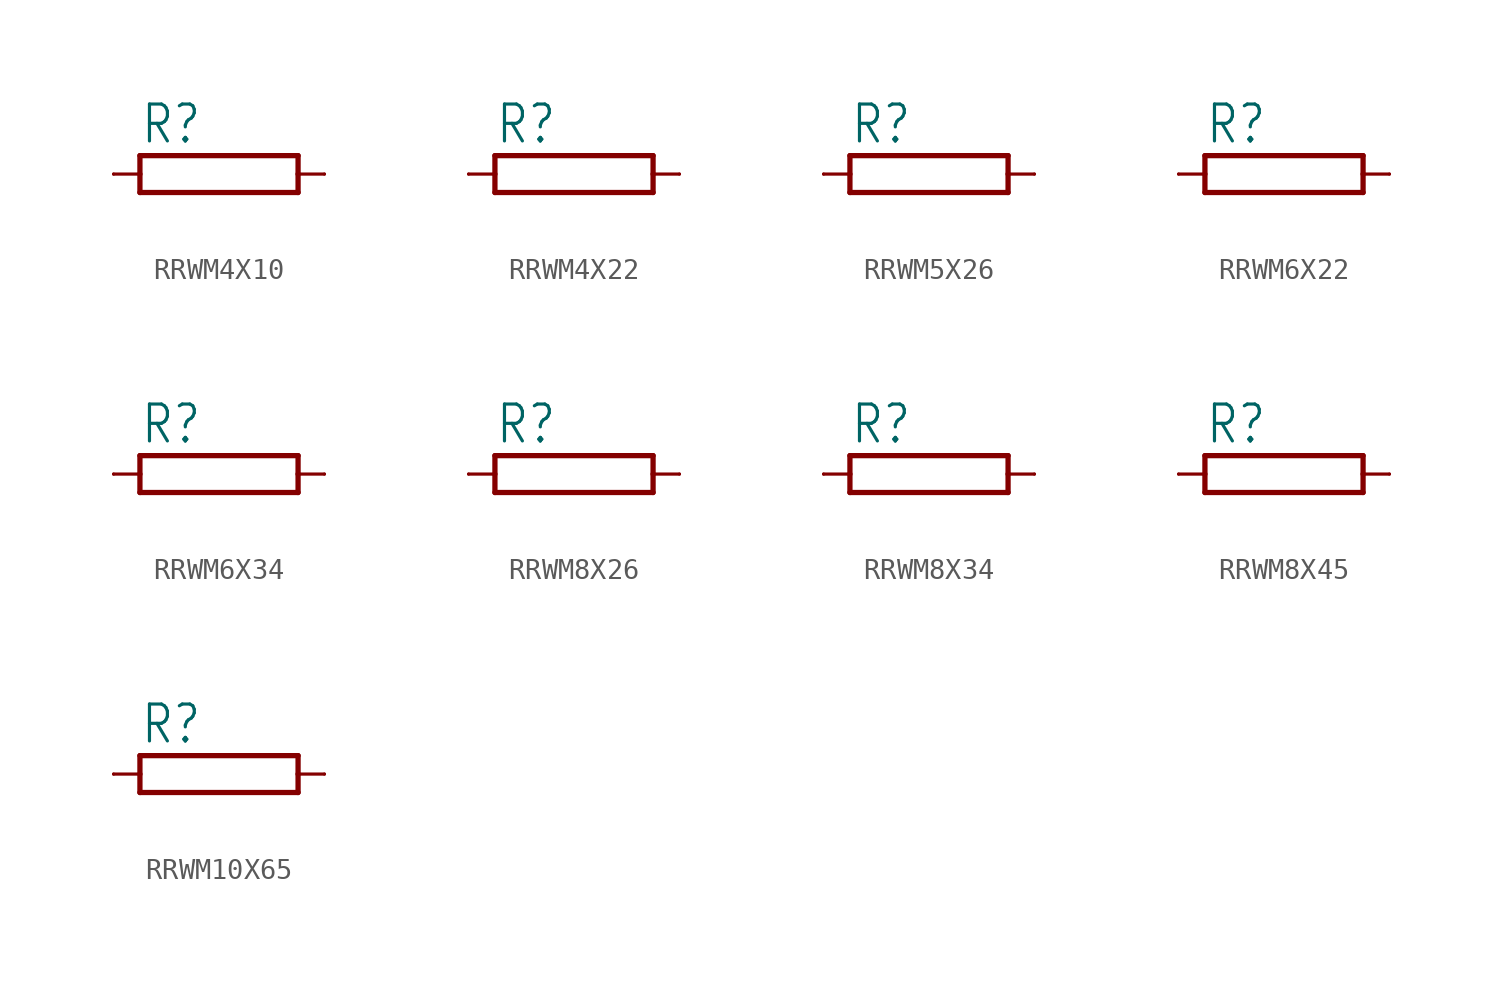
<source format=kicad_sym>
(kicad_symbol_lib
  (version 20220914)
  (generator kicad_symbol_editor)
  (symbol "RRWM4X10"
    (property "Reference" "R"
      (at -3.81 1.372 0)
      (effects (font (size 1.778 1.511)) (justify left bottom)))
    (property "Value" ""
      (at -3.81 -2.921 0)
      (effects (font (size 1.778 1.511)) (justify left bottom)))
    (property "ki_locked" ""
      (at 0 0 0)
      (effects (font (size 1.27 1.27))))
    (symbol "RRWM4X10_1_0"
      (polyline (pts (xy -5.08 0) (xy -3.81 0)) (stroke (width 0.152) (type solid)) (fill (type none)))
      (polyline (pts (xy -3.81 -0.889) (xy -3.81 0)) (stroke (width 0.254) (type solid)) (fill (type none)))
      (polyline (pts (xy -3.81 -0.889) (xy 3.81 -0.889)) (stroke (width 0.254) (type solid)) (fill (type none)))
      (polyline (pts (xy -3.81 0) (xy -3.81 0.889)) (stroke (width 0.254) (type solid)) (fill (type none)))
      (polyline (pts (xy 3.81 -0.889) (xy 3.81 0)) (stroke (width 0.254) (type solid)) (fill (type none)))
      (polyline (pts (xy 3.81 0) (xy 3.81 0.889)) (stroke (width 0.254) (type solid)) (fill (type none)))
      (polyline (pts (xy 3.81 0) (xy 5.08 0)) (stroke (width 0.152) (type solid)) (fill (type none)))
      (polyline (pts (xy 3.81 0.889) (xy -3.81 0.889)) (stroke (width 0.254) (type solid)) (fill (type none)))
      (pin passive line (at -5.08 0 0) (length 0) (name "1" (effects (font (size 0 0)))) (number "1" (effects (font (size 0 0)))))
      (pin passive line (at 5.08 0 180) (length 0) (name "2" (effects (font (size 0 0)))) (number "2" (effects (font (size 0 0)))))))
  (symbol "RRWM4X22"
    (property "Reference" "R"
      (at -3.81 1.372 0)
      (effects (font (size 1.778 1.511)) (justify left bottom)))
    (property "Value" ""
      (at -3.81 -2.921 0)
      (effects (font (size 1.778 1.511)) (justify left bottom)))
    (property "ki_locked" ""
      (at 0 0 0)
      (effects (font (size 1.27 1.27))))
    (symbol "RRWM4X22_1_0"
      (polyline (pts (xy -5.08 0) (xy -3.81 0)) (stroke (width 0.152) (type solid)) (fill (type none)))
      (polyline (pts (xy -3.81 -0.889) (xy -3.81 0)) (stroke (width 0.254) (type solid)) (fill (type none)))
      (polyline (pts (xy -3.81 -0.889) (xy 3.81 -0.889)) (stroke (width 0.254) (type solid)) (fill (type none)))
      (polyline (pts (xy -3.81 0) (xy -3.81 0.889)) (stroke (width 0.254) (type solid)) (fill (type none)))
      (polyline (pts (xy 3.81 -0.889) (xy 3.81 0)) (stroke (width 0.254) (type solid)) (fill (type none)))
      (polyline (pts (xy 3.81 0) (xy 3.81 0.889)) (stroke (width 0.254) (type solid)) (fill (type none)))
      (polyline (pts (xy 3.81 0) (xy 5.08 0)) (stroke (width 0.152) (type solid)) (fill (type none)))
      (polyline (pts (xy 3.81 0.889) (xy -3.81 0.889)) (stroke (width 0.254) (type solid)) (fill (type none)))
      (pin passive line (at -5.08 0 0) (length 0) (name "1" (effects (font (size 0 0)))) (number "1" (effects (font (size 0 0)))))
      (pin passive line (at 5.08 0 180) (length 0) (name "2" (effects (font (size 0 0)))) (number "2" (effects (font (size 0 0)))))))
  (symbol "RRWM5X26"
    (property "Reference" "R"
      (at -3.81 1.372 0)
      (effects (font (size 1.778 1.511)) (justify left bottom)))
    (property "Value" ""
      (at -3.81 -2.921 0)
      (effects (font (size 1.778 1.511)) (justify left bottom)))
    (property "ki_locked" ""
      (at 0 0 0)
      (effects (font (size 1.27 1.27))))
    (symbol "RRWM5X26_1_0"
      (polyline (pts (xy -5.08 0) (xy -3.81 0)) (stroke (width 0.152) (type solid)) (fill (type none)))
      (polyline (pts (xy -3.81 -0.889) (xy -3.81 0)) (stroke (width 0.254) (type solid)) (fill (type none)))
      (polyline (pts (xy -3.81 -0.889) (xy 3.81 -0.889)) (stroke (width 0.254) (type solid)) (fill (type none)))
      (polyline (pts (xy -3.81 0) (xy -3.81 0.889)) (stroke (width 0.254) (type solid)) (fill (type none)))
      (polyline (pts (xy 3.81 -0.889) (xy 3.81 0)) (stroke (width 0.254) (type solid)) (fill (type none)))
      (polyline (pts (xy 3.81 0) (xy 3.81 0.889)) (stroke (width 0.254) (type solid)) (fill (type none)))
      (polyline (pts (xy 3.81 0) (xy 5.08 0)) (stroke (width 0.152) (type solid)) (fill (type none)))
      (polyline (pts (xy 3.81 0.889) (xy -3.81 0.889)) (stroke (width 0.254) (type solid)) (fill (type none)))
      (pin passive line (at -5.08 0 0) (length 0) (name "1" (effects (font (size 0 0)))) (number "1" (effects (font (size 0 0)))))
      (pin passive line (at 5.08 0 180) (length 0) (name "2" (effects (font (size 0 0)))) (number "2" (effects (font (size 0 0)))))))
  (symbol "RRWM6X22"
    (property "Reference" "R"
      (at -3.81 1.372 0)
      (effects (font (size 1.778 1.511)) (justify left bottom)))
    (property "Value" ""
      (at -3.81 -2.921 0)
      (effects (font (size 1.778 1.511)) (justify left bottom)))
    (property "ki_locked" ""
      (at 0 0 0)
      (effects (font (size 1.27 1.27))))
    (symbol "RRWM6X22_1_0"
      (polyline (pts (xy -5.08 0) (xy -3.81 0)) (stroke (width 0.152) (type solid)) (fill (type none)))
      (polyline (pts (xy -3.81 -0.889) (xy -3.81 0)) (stroke (width 0.254) (type solid)) (fill (type none)))
      (polyline (pts (xy -3.81 -0.889) (xy 3.81 -0.889)) (stroke (width 0.254) (type solid)) (fill (type none)))
      (polyline (pts (xy -3.81 0) (xy -3.81 0.889)) (stroke (width 0.254) (type solid)) (fill (type none)))
      (polyline (pts (xy 3.81 -0.889) (xy 3.81 0)) (stroke (width 0.254) (type solid)) (fill (type none)))
      (polyline (pts (xy 3.81 0) (xy 3.81 0.889)) (stroke (width 0.254) (type solid)) (fill (type none)))
      (polyline (pts (xy 3.81 0) (xy 5.08 0)) (stroke (width 0.152) (type solid)) (fill (type none)))
      (polyline (pts (xy 3.81 0.889) (xy -3.81 0.889)) (stroke (width 0.254) (type solid)) (fill (type none)))
      (pin passive line (at -5.08 0 0) (length 0) (name "1" (effects (font (size 0 0)))) (number "1" (effects (font (size 0 0)))))
      (pin passive line (at 5.08 0 180) (length 0) (name "2" (effects (font (size 0 0)))) (number "2" (effects (font (size 0 0)))))))
  (symbol "RRWM6X34"
    (property "Reference" "R"
      (at -3.81 1.372 0)
      (effects (font (size 1.778 1.511)) (justify left bottom)))
    (property "Value" ""
      (at -3.81 -2.921 0)
      (effects (font (size 1.778 1.511)) (justify left bottom)))
    (property "ki_locked" ""
      (at 0 0 0)
      (effects (font (size 1.27 1.27))))
    (symbol "RRWM6X34_1_0"
      (polyline (pts (xy -5.08 0) (xy -3.81 0)) (stroke (width 0.152) (type solid)) (fill (type none)))
      (polyline (pts (xy -3.81 -0.889) (xy -3.81 0)) (stroke (width 0.254) (type solid)) (fill (type none)))
      (polyline (pts (xy -3.81 -0.889) (xy 3.81 -0.889)) (stroke (width 0.254) (type solid)) (fill (type none)))
      (polyline (pts (xy -3.81 0) (xy -3.81 0.889)) (stroke (width 0.254) (type solid)) (fill (type none)))
      (polyline (pts (xy 3.81 -0.889) (xy 3.81 0)) (stroke (width 0.254) (type solid)) (fill (type none)))
      (polyline (pts (xy 3.81 0) (xy 3.81 0.889)) (stroke (width 0.254) (type solid)) (fill (type none)))
      (polyline (pts (xy 3.81 0) (xy 5.08 0)) (stroke (width 0.152) (type solid)) (fill (type none)))
      (polyline (pts (xy 3.81 0.889) (xy -3.81 0.889)) (stroke (width 0.254) (type solid)) (fill (type none)))
      (pin passive line (at -5.08 0 0) (length 0) (name "1" (effects (font (size 0 0)))) (number "1" (effects (font (size 0 0)))))
      (pin passive line (at 5.08 0 180) (length 0) (name "2" (effects (font (size 0 0)))) (number "2" (effects (font (size 0 0)))))))
  (symbol "RRWM8X26"
    (property "Reference" "R"
      (at -3.81 1.372 0)
      (effects (font (size 1.778 1.511)) (justify left bottom)))
    (property "Value" ""
      (at -3.81 -2.921 0)
      (effects (font (size 1.778 1.511)) (justify left bottom)))
    (property "ki_locked" ""
      (at 0 0 0)
      (effects (font (size 1.27 1.27))))
    (symbol "RRWM8X26_1_0"
      (polyline (pts (xy -5.08 0) (xy -3.81 0)) (stroke (width 0.152) (type solid)) (fill (type none)))
      (polyline (pts (xy -3.81 -0.889) (xy -3.81 0)) (stroke (width 0.254) (type solid)) (fill (type none)))
      (polyline (pts (xy -3.81 -0.889) (xy 3.81 -0.889)) (stroke (width 0.254) (type solid)) (fill (type none)))
      (polyline (pts (xy -3.81 0) (xy -3.81 0.889)) (stroke (width 0.254) (type solid)) (fill (type none)))
      (polyline (pts (xy 3.81 -0.889) (xy 3.81 0)) (stroke (width 0.254) (type solid)) (fill (type none)))
      (polyline (pts (xy 3.81 0) (xy 3.81 0.889)) (stroke (width 0.254) (type solid)) (fill (type none)))
      (polyline (pts (xy 3.81 0) (xy 5.08 0)) (stroke (width 0.152) (type solid)) (fill (type none)))
      (polyline (pts (xy 3.81 0.889) (xy -3.81 0.889)) (stroke (width 0.254) (type solid)) (fill (type none)))
      (pin passive line (at -5.08 0 0) (length 0) (name "1" (effects (font (size 0 0)))) (number "1" (effects (font (size 0 0)))))
      (pin passive line (at 5.08 0 180) (length 0) (name "2" (effects (font (size 0 0)))) (number "2" (effects (font (size 0 0)))))))
  (symbol "RRWM8X34"
    (property "Reference" "R"
      (at -3.81 1.372 0)
      (effects (font (size 1.778 1.511)) (justify left bottom)))
    (property "Value" ""
      (at -3.81 -2.921 0)
      (effects (font (size 1.778 1.511)) (justify left bottom)))
    (property "ki_locked" ""
      (at 0 0 0)
      (effects (font (size 1.27 1.27))))
    (symbol "RRWM8X34_1_0"
      (polyline (pts (xy -5.08 0) (xy -3.81 0)) (stroke (width 0.152) (type solid)) (fill (type none)))
      (polyline (pts (xy -3.81 -0.889) (xy -3.81 0)) (stroke (width 0.254) (type solid)) (fill (type none)))
      (polyline (pts (xy -3.81 -0.889) (xy 3.81 -0.889)) (stroke (width 0.254) (type solid)) (fill (type none)))
      (polyline (pts (xy -3.81 0) (xy -3.81 0.889)) (stroke (width 0.254) (type solid)) (fill (type none)))
      (polyline (pts (xy 3.81 -0.889) (xy 3.81 0)) (stroke (width 0.254) (type solid)) (fill (type none)))
      (polyline (pts (xy 3.81 0) (xy 3.81 0.889)) (stroke (width 0.254) (type solid)) (fill (type none)))
      (polyline (pts (xy 3.81 0) (xy 5.08 0)) (stroke (width 0.152) (type solid)) (fill (type none)))
      (polyline (pts (xy 3.81 0.889) (xy -3.81 0.889)) (stroke (width 0.254) (type solid)) (fill (type none)))
      (pin passive line (at -5.08 0 0) (length 0) (name "1" (effects (font (size 0 0)))) (number "1" (effects (font (size 0 0)))))
      (pin passive line (at 5.08 0 180) (length 0) (name "2" (effects (font (size 0 0)))) (number "2" (effects (font (size 0 0)))))))
  (symbol "RRWM8X45"
    (property "Reference" "R"
      (at -3.81 1.372 0)
      (effects (font (size 1.778 1.511)) (justify left bottom)))
    (property "Value" ""
      (at -3.81 -2.921 0)
      (effects (font (size 1.778 1.511)) (justify left bottom)))
    (property "ki_locked" ""
      (at 0 0 0)
      (effects (font (size 1.27 1.27))))
    (symbol "RRWM8X45_1_0"
      (polyline (pts (xy -5.08 0) (xy -3.81 0)) (stroke (width 0.152) (type solid)) (fill (type none)))
      (polyline (pts (xy -3.81 -0.889) (xy -3.81 0)) (stroke (width 0.254) (type solid)) (fill (type none)))
      (polyline (pts (xy -3.81 -0.889) (xy 3.81 -0.889)) (stroke (width 0.254) (type solid)) (fill (type none)))
      (polyline (pts (xy -3.81 0) (xy -3.81 0.889)) (stroke (width 0.254) (type solid)) (fill (type none)))
      (polyline (pts (xy 3.81 -0.889) (xy 3.81 0)) (stroke (width 0.254) (type solid)) (fill (type none)))
      (polyline (pts (xy 3.81 0) (xy 3.81 0.889)) (stroke (width 0.254) (type solid)) (fill (type none)))
      (polyline (pts (xy 3.81 0) (xy 5.08 0)) (stroke (width 0.152) (type solid)) (fill (type none)))
      (polyline (pts (xy 3.81 0.889) (xy -3.81 0.889)) (stroke (width 0.254) (type solid)) (fill (type none)))
      (pin passive line (at -5.08 0 0) (length 0) (name "1" (effects (font (size 0 0)))) (number "1" (effects (font (size 0 0)))))
      (pin passive line (at 5.08 0 180) (length 0) (name "2" (effects (font (size 0 0)))) (number "2" (effects (font (size 0 0)))))))
  (symbol "RRWM10X65"
    (property "Reference" "R"
      (at -3.81 1.372 0)
      (effects (font (size 1.778 1.511)) (justify left bottom)))
    (property "Value" ""
      (at -3.81 -2.921 0)
      (effects (font (size 1.778 1.511)) (justify left bottom)))
    (property "ki_locked" ""
      (at 0 0 0)
      (effects (font (size 1.27 1.27))))
    (symbol "RRWM10X65_1_0"
      (polyline (pts (xy -5.08 0) (xy -3.81 0)) (stroke (width 0.152) (type solid)) (fill (type none)))
      (polyline (pts (xy -3.81 -0.889) (xy -3.81 0)) (stroke (width 0.254) (type solid)) (fill (type none)))
      (polyline (pts (xy -3.81 -0.889) (xy 3.81 -0.889)) (stroke (width 0.254) (type solid)) (fill (type none)))
      (polyline (pts (xy -3.81 0) (xy -3.81 0.889)) (stroke (width 0.254) (type solid)) (fill (type none)))
      (polyline (pts (xy 3.81 -0.889) (xy 3.81 0)) (stroke (width 0.254) (type solid)) (fill (type none)))
      (polyline (pts (xy 3.81 0) (xy 3.81 0.889)) (stroke (width 0.254) (type solid)) (fill (type none)))
      (polyline (pts (xy 3.81 0) (xy 5.08 0)) (stroke (width 0.152) (type solid)) (fill (type none)))
      (polyline (pts (xy 3.81 0.889) (xy -3.81 0.889)) (stroke (width 0.254) (type solid)) (fill (type none)))
      (pin passive line (at -5.08 0 0) (length 0) (name "1" (effects (font (size 0 0)))) (number "1" (effects (font (size 0 0)))))
      (pin passive line (at 5.08 0 180) (length 0) (name "2" (effects (font (size 0 0)))) (number "2" (effects (font (size 0 0))))))))
</source>
